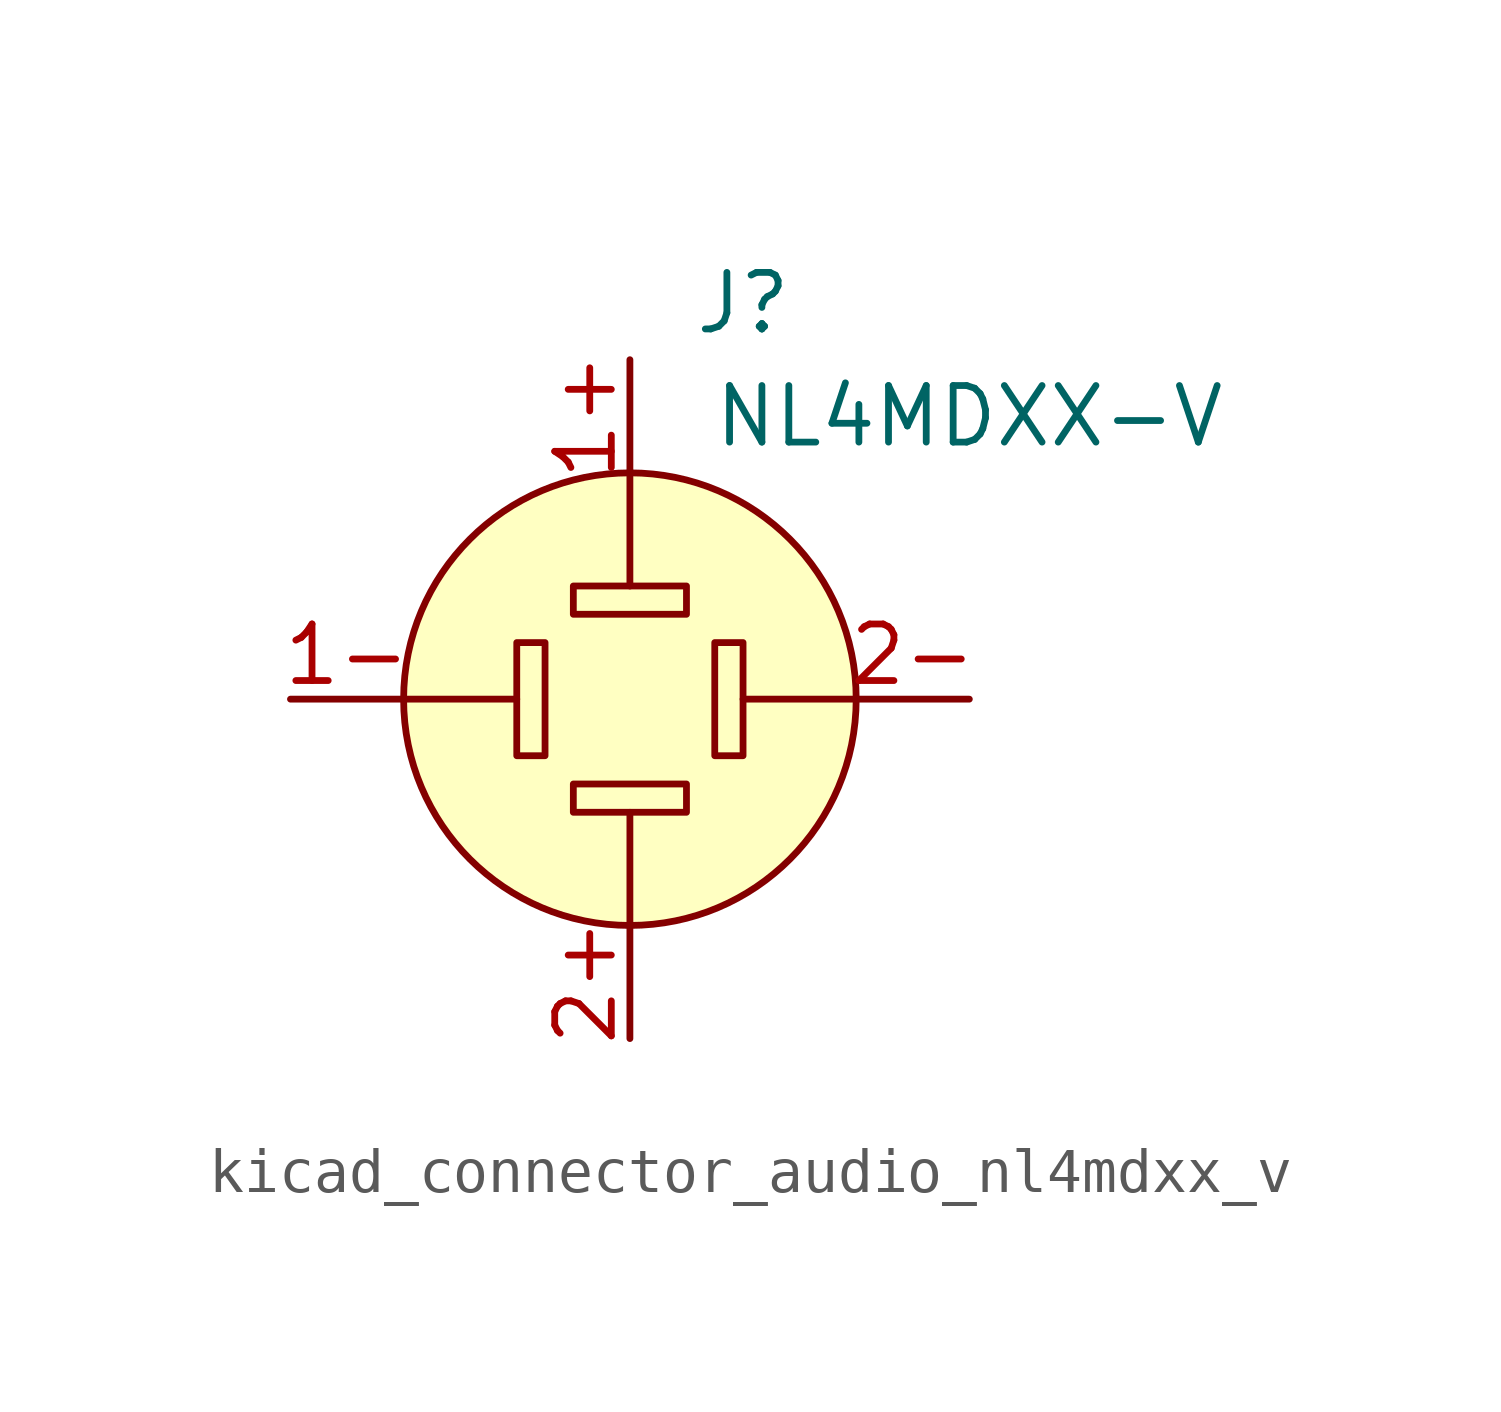
<source format=kicad_sym>
(kicad_symbol_lib
  (version 20220914)
  (generator kicad_symbol_editor)
  (symbol "kicad_connector_audio_nl4mdxx_v"
    (pin_names hide)
    (property "Reference" "J"
      (at 2.54 8.89 0)
      (effects (font (size 1.27 1.27))))
    (property "Value" "NL4MDXX-V"
      (at 7.62 6.35 0)
      (effects (font (size 1.27 1.27))))
    (symbol "kicad_connector_audio_nl4mdxx_v_0_1"
      (rectangle (start -2.54 1.27) (end -1.905 -1.27) (stroke (width 0) (type default)) (fill (type none)))
      (rectangle (start -1.27 -2.54) (end 1.27 -1.905) (stroke (width 0) (type default)) (fill (type none)))
      (rectangle (start -1.27 2.54) (end 1.27 1.905) (stroke (width 0) (type default)) (fill (type none)))
      (polyline (pts (xy -5.08 0) (xy -2.54 0)) (stroke (width 0) (type default)) (fill (type none)))
      (polyline (pts (xy 0 -5.08) (xy 0 -2.54)) (stroke (width 0) (type default)) (fill (type none)))
      (polyline (pts (xy 0 5.08) (xy 0 2.54)) (stroke (width 0) (type default)) (fill (type none)))
      (polyline (pts (xy 5.08 0) (xy 2.54 0)) (stroke (width 0) (type default)) (fill (type none)))
      (circle (center 0 0) (radius 5.08) (stroke (width 0) (type default)) (fill (type background)))
      (rectangle (start 2.54 1.27) (end 1.905 -1.27) (stroke (width 0) (type default)) (fill (type none)))
      (pin passive line (at -7.62 0 0) (length 2.54) (name "1-" (effects (font (size 1.27 1.27)))) (number "1-" (effects (font (size 1.27 1.27)))))
      (pin passive line (at 0 -7.62 90) (length 2.54) (name "2+" (effects (font (size 1.27 1.27)))) (number "2+" (effects (font (size 1.27 1.27)))))
      (pin passive line (at 7.62 0 180) (length 2.54) (name "2-" (effects (font (size 1.27 1.27)))) (number "2-" (effects (font (size 1.27 1.27))))))
    (symbol "kicad_connector_audio_nl4mdxx_v_1_1"
      (pin passive line (at 0 7.62 270) (length 2.54) (name "1+" (effects (font (size 1.27 1.27)))) (number "1+" (effects (font (size 1.27 1.27))))))))
</source>
